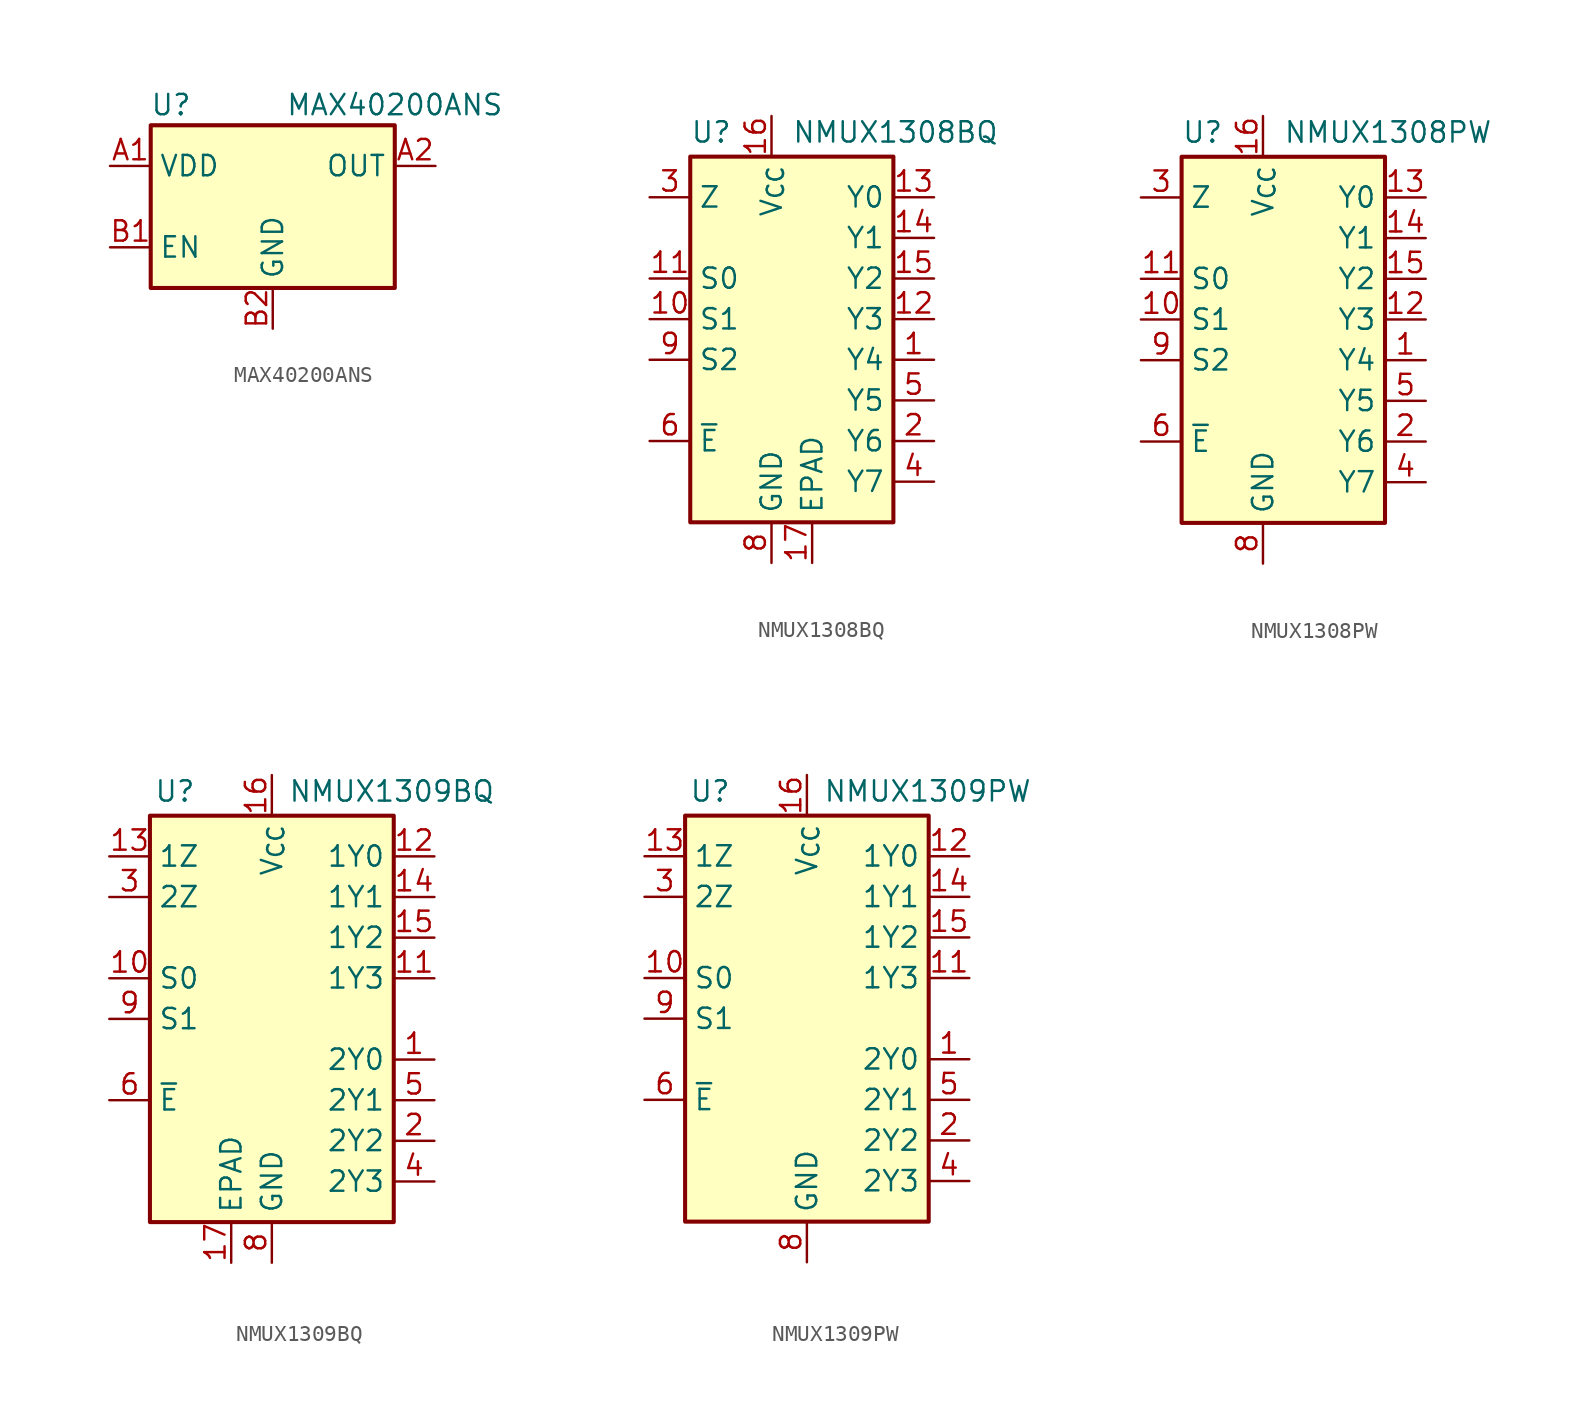
<source format=kicad_sym>
(kicad_symbol_lib
  (version 20241209)
  (generator "kicad_symbol_editor")
  (generator_version "9.0")
  (symbol "MAX40200ANS"
    (property "Reference" "U"
      (at -6.35 6.35 0)
      (effects (font (size 1.27 1.27))))
    (property "Value" "MAX40200ANS"
      (at 7.62 6.35 0)
      (effects (font (size 1.27 1.27))))
    (symbol "MAX40200ANS_0_1"
      (rectangle (start -7.62 -5.08) (end 7.62 5.08) (stroke (width 0.254) (type default)) (fill (type background))))
    (symbol "MAX40200ANS_1_1"
      (pin power_in line (at -10.16 2.54 0) (length 2.54) (name "VDD" (effects (font (size 1.27 1.27)))) (number "A1" (effects (font (size 1.27 1.27)))))
      (pin input line (at -10.16 -2.54 0) (length 2.54) (name "EN" (effects (font (size 1.27 1.27)))) (number "B1" (effects (font (size 1.27 1.27)))))
      (pin power_in line (at 0 -7.62 90) (length 2.54) (name "GND" (effects (font (size 1.27 1.27)))) (number "B2" (effects (font (size 1.27 1.27)))))
      (pin passive line (at 10.16 2.54 180) (length 2.54) (name "OUT" (effects (font (size 1.27 1.27)))) (number "A2" (effects (font (size 1.27 1.27)))))))
  (symbol "NMUX1308BQ"
    (property "Reference" "U"
      (at -5.08 11.684 0)
      (effects (font (size 1.27 1.27)) (justify left)))
    (property "Value" "NMUX1308BQ"
      (at 1.27 11.684 0)
      (effects (font (size 1.27 1.27)) (justify left)))
    (symbol "NMUX1308BQ_0_1"
      (rectangle (start -5.08 10.16) (end 7.62 -12.7) (stroke (width 0.254) (type default)) (fill (type background))))
    (symbol "NMUX1308BQ_1_1"
      (pin passive line (at -7.62 7.62 0) (length 2.54) (name "Z" (effects (font (size 1.27 1.27)))) (number "3" (effects (font (size 1.27 1.27)))))
      (pin input line (at -7.62 2.54 0) (length 2.54) (name "S0" (effects (font (size 1.27 1.27)))) (number "11" (effects (font (size 1.27 1.27)))))
      (pin input line (at -7.62 0 0) (length 2.54) (name "S1" (effects (font (size 1.27 1.27)))) (number "10" (effects (font (size 1.27 1.27)))))
      (pin input line (at -7.62 -2.54 0) (length 2.54) (name "S2" (effects (font (size 1.27 1.27)))) (number "9" (effects (font (size 1.27 1.27)))))
      (pin input line (at -7.62 -7.62 0) (length 2.54) (name "~{E}" (effects (font (size 1.27 1.27)))) (number "6" (effects (font (size 1.27 1.27)))))
      (pin no_connect line (at -5.08 -5.08 0) (length 2.54) (hide yes) (name "NC" (effects (font (size 1.27 1.27)))) (number "7" (effects (font (size 1.27 1.27)))))
      (pin power_in line (at 0 12.7 270) (length 2.54) (name "V_{CC}" (effects (font (size 1.27 1.27)))) (number "16" (effects (font (size 1.27 1.27)))))
      (pin power_in line (at 0 -15.24 90) (length 2.54) (name "GND" (effects (font (size 1.27 1.27)))) (number "8" (effects (font (size 1.27 1.27)))))
      (pin power_in line (at 2.54 -15.24 90) (length 2.54) (name "EPAD" (effects (font (size 1.27 1.27)))) (number "17" (effects (font (size 1.27 1.27)))))
      (pin passive line (at 10.16 7.62 180) (length 2.54) (name "Y0" (effects (font (size 1.27 1.27)))) (number "13" (effects (font (size 1.27 1.27)))))
      (pin passive line (at 10.16 5.08 180) (length 2.54) (name "Y1" (effects (font (size 1.27 1.27)))) (number "14" (effects (font (size 1.27 1.27)))))
      (pin passive line (at 10.16 2.54 180) (length 2.54) (name "Y2" (effects (font (size 1.27 1.27)))) (number "15" (effects (font (size 1.27 1.27)))))
      (pin passive line (at 10.16 0 180) (length 2.54) (name "Y3" (effects (font (size 1.27 1.27)))) (number "12" (effects (font (size 1.27 1.27)))))
      (pin passive line (at 10.16 -2.54 180) (length 2.54) (name "Y4" (effects (font (size 1.27 1.27)))) (number "1" (effects (font (size 1.27 1.27)))))
      (pin passive line (at 10.16 -5.08 180) (length 2.54) (name "Y5" (effects (font (size 1.27 1.27)))) (number "5" (effects (font (size 1.27 1.27)))))
      (pin passive line (at 10.16 -7.62 180) (length 2.54) (name "Y6" (effects (font (size 1.27 1.27)))) (number "2" (effects (font (size 1.27 1.27)))))
      (pin passive line (at 10.16 -10.16 180) (length 2.54) (name "Y7" (effects (font (size 1.27 1.27)))) (number "4" (effects (font (size 1.27 1.27)))))))
  (symbol "NMUX1308PW"
    (property "Reference" "U"
      (at -5.08 11.684 0)
      (effects (font (size 1.27 1.27)) (justify left)))
    (property "Value" "NMUX1308PW"
      (at 1.27 11.684 0)
      (effects (font (size 1.27 1.27)) (justify left)))
    (symbol "NMUX1308PW_0_1"
      (rectangle (start -5.08 10.16) (end 7.62 -12.7) (stroke (width 0.254) (type default)) (fill (type background))))
    (symbol "NMUX1308PW_1_1"
      (pin passive line (at -7.62 7.62 0) (length 2.54) (name "Z" (effects (font (size 1.27 1.27)))) (number "3" (effects (font (size 1.27 1.27)))))
      (pin input line (at -7.62 2.54 0) (length 2.54) (name "S0" (effects (font (size 1.27 1.27)))) (number "11" (effects (font (size 1.27 1.27)))))
      (pin input line (at -7.62 0 0) (length 2.54) (name "S1" (effects (font (size 1.27 1.27)))) (number "10" (effects (font (size 1.27 1.27)))))
      (pin input line (at -7.62 -2.54 0) (length 2.54) (name "S2" (effects (font (size 1.27 1.27)))) (number "9" (effects (font (size 1.27 1.27)))))
      (pin input line (at -7.62 -7.62 0) (length 2.54) (name "~{E}" (effects (font (size 1.27 1.27)))) (number "6" (effects (font (size 1.27 1.27)))))
      (pin no_connect line (at -5.08 -5.08 0) (length 2.54) (hide yes) (name "NC" (effects (font (size 1.27 1.27)))) (number "7" (effects (font (size 1.27 1.27)))))
      (pin power_in line (at 0 12.7 270) (length 2.54) (name "V_{CC}" (effects (font (size 1.27 1.27)))) (number "16" (effects (font (size 1.27 1.27)))))
      (pin power_in line (at 0 -15.24 90) (length 2.54) (name "GND" (effects (font (size 1.27 1.27)))) (number "8" (effects (font (size 1.27 1.27)))))
      (pin passive line (at 10.16 7.62 180) (length 2.54) (name "Y0" (effects (font (size 1.27 1.27)))) (number "13" (effects (font (size 1.27 1.27)))))
      (pin passive line (at 10.16 5.08 180) (length 2.54) (name "Y1" (effects (font (size 1.27 1.27)))) (number "14" (effects (font (size 1.27 1.27)))))
      (pin passive line (at 10.16 2.54 180) (length 2.54) (name "Y2" (effects (font (size 1.27 1.27)))) (number "15" (effects (font (size 1.27 1.27)))))
      (pin passive line (at 10.16 0 180) (length 2.54) (name "Y3" (effects (font (size 1.27 1.27)))) (number "12" (effects (font (size 1.27 1.27)))))
      (pin passive line (at 10.16 -2.54 180) (length 2.54) (name "Y4" (effects (font (size 1.27 1.27)))) (number "1" (effects (font (size 1.27 1.27)))))
      (pin passive line (at 10.16 -5.08 180) (length 2.54) (name "Y5" (effects (font (size 1.27 1.27)))) (number "5" (effects (font (size 1.27 1.27)))))
      (pin passive line (at 10.16 -7.62 180) (length 2.54) (name "Y6" (effects (font (size 1.27 1.27)))) (number "2" (effects (font (size 1.27 1.27)))))
      (pin passive line (at 10.16 -10.16 180) (length 2.54) (name "Y7" (effects (font (size 1.27 1.27)))) (number "4" (effects (font (size 1.27 1.27)))))))
  (symbol "NMUX1309BQ"
    (property "Reference" "U"
      (at -7.366 14.224 0)
      (effects (font (size 1.27 1.27)) (justify left)))
    (property "Value" "NMUX1309BQ"
      (at 1.016 14.224 0)
      (effects (font (size 1.27 1.27)) (justify left)))
    (symbol "NMUX1309BQ_0_1"
      (rectangle (start -7.62 12.7) (end 7.62 -12.7) (stroke (width 0.254) (type default)) (fill (type background))))
    (symbol "NMUX1309BQ_1_1"
      (pin passive line (at -10.16 10.16 0) (length 2.54) (name "1Z" (effects (font (size 1.27 1.27)))) (number "13" (effects (font (size 1.27 1.27)))))
      (pin passive line (at -10.16 7.62 0) (length 2.54) (name "2Z" (effects (font (size 1.27 1.27)))) (number "3" (effects (font (size 1.27 1.27)))))
      (pin input line (at -10.16 2.54 0) (length 2.54) (name "S0" (effects (font (size 1.27 1.27)))) (number "10" (effects (font (size 1.27 1.27)))))
      (pin input line (at -10.16 0 0) (length 2.54) (name "S1" (effects (font (size 1.27 1.27)))) (number "9" (effects (font (size 1.27 1.27)))))
      (pin input line (at -10.16 -5.08 0) (length 2.54) (name "~{E}" (effects (font (size 1.27 1.27)))) (number "6" (effects (font (size 1.27 1.27)))))
      (pin no_connect line (at -7.62 -2.54 0) (length 2.54) (hide yes) (name "NC" (effects (font (size 1.27 1.27)))) (number "7" (effects (font (size 1.27 1.27)))))
      (pin power_in line (at -2.54 -15.24 90) (length 2.54) (name "EPAD" (effects (font (size 1.27 1.27)))) (number "17" (effects (font (size 1.27 1.27)))))
      (pin power_in line (at 0 15.24 270) (length 2.54) (name "V_{CC}" (effects (font (size 1.27 1.27)))) (number "16" (effects (font (size 1.27 1.27)))))
      (pin power_in line (at 0 -15.24 90) (length 2.54) (name "GND" (effects (font (size 1.27 1.27)))) (number "8" (effects (font (size 1.27 1.27)))))
      (pin passive line (at 10.16 10.16 180) (length 2.54) (name "1Y0" (effects (font (size 1.27 1.27)))) (number "12" (effects (font (size 1.27 1.27)))))
      (pin passive line (at 10.16 7.62 180) (length 2.54) (name "1Y1" (effects (font (size 1.27 1.27)))) (number "14" (effects (font (size 1.27 1.27)))))
      (pin passive line (at 10.16 5.08 180) (length 2.54) (name "1Y2" (effects (font (size 1.27 1.27)))) (number "15" (effects (font (size 1.27 1.27)))))
      (pin passive line (at 10.16 2.54 180) (length 2.54) (name "1Y3" (effects (font (size 1.27 1.27)))) (number "11" (effects (font (size 1.27 1.27)))))
      (pin passive line (at 10.16 -2.54 180) (length 2.54) (name "2Y0" (effects (font (size 1.27 1.27)))) (number "1" (effects (font (size 1.27 1.27)))))
      (pin passive line (at 10.16 -5.08 180) (length 2.54) (name "2Y1" (effects (font (size 1.27 1.27)))) (number "5" (effects (font (size 1.27 1.27)))))
      (pin passive line (at 10.16 -7.62 180) (length 2.54) (name "2Y2" (effects (font (size 1.27 1.27)))) (number "2" (effects (font (size 1.27 1.27)))))
      (pin passive line (at 10.16 -10.16 180) (length 2.54) (name "2Y3" (effects (font (size 1.27 1.27)))) (number "4" (effects (font (size 1.27 1.27)))))))
  (symbol "NMUX1309PW"
    (property "Reference" "U"
      (at -7.366 14.224 0)
      (effects (font (size 1.27 1.27)) (justify left)))
    (property "Value" "NMUX1309PW"
      (at 1.016 14.224 0)
      (effects (font (size 1.27 1.27)) (justify left)))
    (symbol "NMUX1309PW_0_1"
      (rectangle (start -7.62 12.7) (end 7.62 -12.7) (stroke (width 0.254) (type default)) (fill (type background))))
    (symbol "NMUX1309PW_1_1"
      (pin passive line (at -10.16 10.16 0) (length 2.54) (name "1Z" (effects (font (size 1.27 1.27)))) (number "13" (effects (font (size 1.27 1.27)))))
      (pin passive line (at -10.16 7.62 0) (length 2.54) (name "2Z" (effects (font (size 1.27 1.27)))) (number "3" (effects (font (size 1.27 1.27)))))
      (pin input line (at -10.16 2.54 0) (length 2.54) (name "S0" (effects (font (size 1.27 1.27)))) (number "10" (effects (font (size 1.27 1.27)))))
      (pin input line (at -10.16 0 0) (length 2.54) (name "S1" (effects (font (size 1.27 1.27)))) (number "9" (effects (font (size 1.27 1.27)))))
      (pin input line (at -10.16 -5.08 0) (length 2.54) (name "~{E}" (effects (font (size 1.27 1.27)))) (number "6" (effects (font (size 1.27 1.27)))))
      (pin no_connect line (at -7.62 -2.54 0) (length 2.54) (hide yes) (name "NC" (effects (font (size 1.27 1.27)))) (number "7" (effects (font (size 1.27 1.27)))))
      (pin power_in line (at 0 15.24 270) (length 2.54) (name "V_{CC}" (effects (font (size 1.27 1.27)))) (number "16" (effects (font (size 1.27 1.27)))))
      (pin power_in line (at 0 -15.24 90) (length 2.54) (name "GND" (effects (font (size 1.27 1.27)))) (number "8" (effects (font (size 1.27 1.27)))))
      (pin passive line (at 10.16 10.16 180) (length 2.54) (name "1Y0" (effects (font (size 1.27 1.27)))) (number "12" (effects (font (size 1.27 1.27)))))
      (pin passive line (at 10.16 7.62 180) (length 2.54) (name "1Y1" (effects (font (size 1.27 1.27)))) (number "14" (effects (font (size 1.27 1.27)))))
      (pin passive line (at 10.16 5.08 180) (length 2.54) (name "1Y2" (effects (font (size 1.27 1.27)))) (number "15" (effects (font (size 1.27 1.27)))))
      (pin passive line (at 10.16 2.54 180) (length 2.54) (name "1Y3" (effects (font (size 1.27 1.27)))) (number "11" (effects (font (size 1.27 1.27)))))
      (pin passive line (at 10.16 -2.54 180) (length 2.54) (name "2Y0" (effects (font (size 1.27 1.27)))) (number "1" (effects (font (size 1.27 1.27)))))
      (pin passive line (at 10.16 -5.08 180) (length 2.54) (name "2Y1" (effects (font (size 1.27 1.27)))) (number "5" (effects (font (size 1.27 1.27)))))
      (pin passive line (at 10.16 -7.62 180) (length 2.54) (name "2Y2" (effects (font (size 1.27 1.27)))) (number "2" (effects (font (size 1.27 1.27)))))
      (pin passive line (at 10.16 -10.16 180) (length 2.54) (name "2Y3" (effects (font (size 1.27 1.27)))) (number "4" (effects (font (size 1.27 1.27))))))))
</source>
